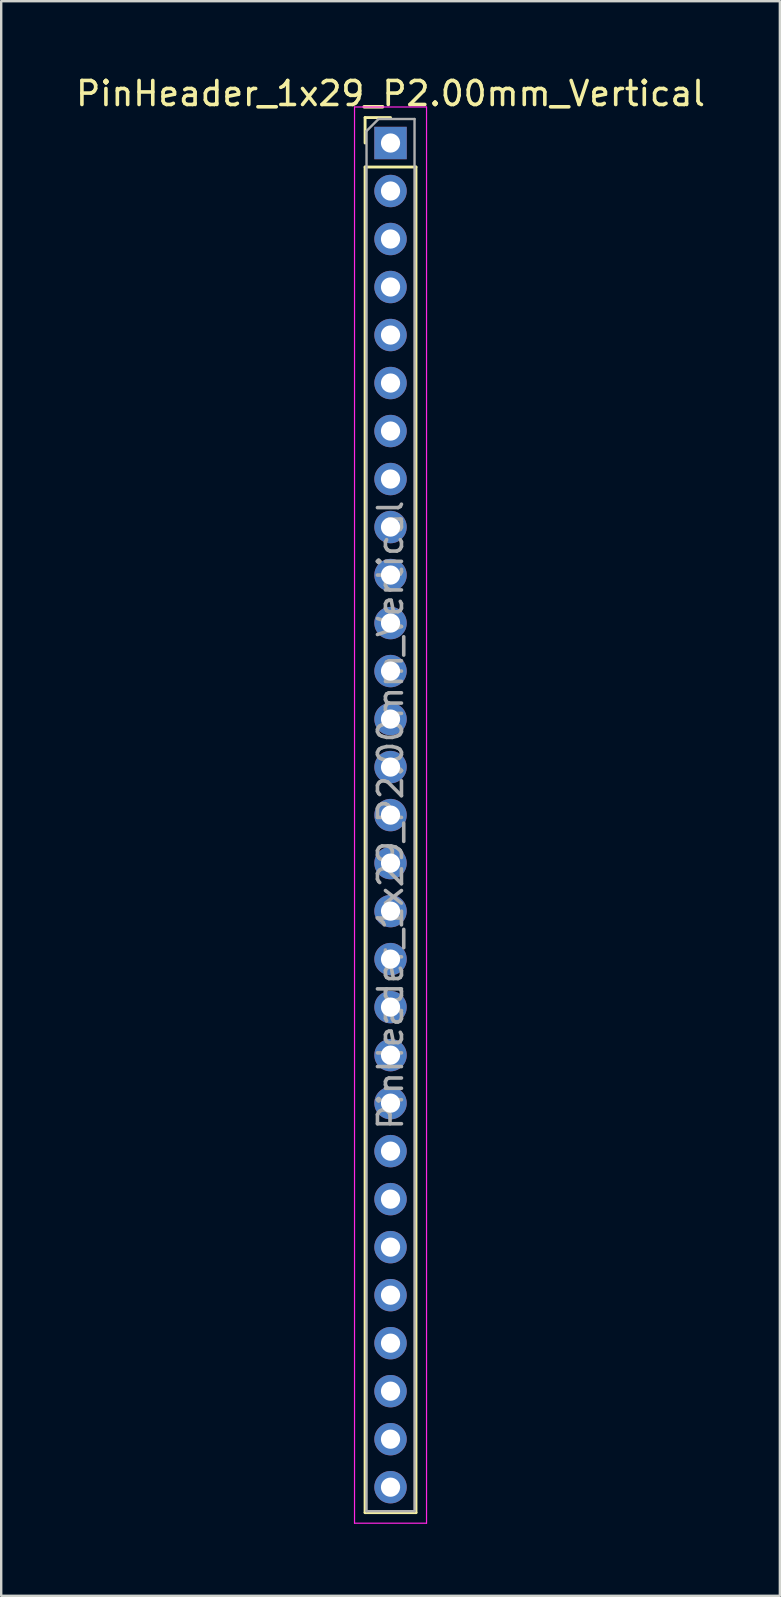
<source format=kicad_pcb>
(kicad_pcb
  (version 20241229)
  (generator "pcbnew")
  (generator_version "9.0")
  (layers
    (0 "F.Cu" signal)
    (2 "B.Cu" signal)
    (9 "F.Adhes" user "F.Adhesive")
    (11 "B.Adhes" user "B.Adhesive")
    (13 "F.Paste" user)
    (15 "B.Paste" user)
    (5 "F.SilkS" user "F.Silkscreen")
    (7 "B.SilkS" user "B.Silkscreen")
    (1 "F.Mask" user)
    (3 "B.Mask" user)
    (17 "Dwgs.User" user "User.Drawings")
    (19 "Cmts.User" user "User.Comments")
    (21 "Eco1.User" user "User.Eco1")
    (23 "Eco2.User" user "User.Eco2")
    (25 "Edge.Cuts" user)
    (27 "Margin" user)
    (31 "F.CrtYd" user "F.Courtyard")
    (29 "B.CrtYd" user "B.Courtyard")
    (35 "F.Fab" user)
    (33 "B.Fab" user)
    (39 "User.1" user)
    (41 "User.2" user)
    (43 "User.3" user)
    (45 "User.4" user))
  (footprint "PinHeader_1x29_P2.00mm_Vertical"
    (layer "F.Cu")
    (at 13.22 2.908)
    (property "Reference" "PinHeader_1x29_P2.00mm_Vertical" (at 0 -2.06 0) (layer "F.SilkS") (effects (font (size 1 1) (thickness 0.15))))
    (attr through_hole)
    (fp_line (start -1.06 -1.06) (end 0 -1.06) (stroke (width 0.12) (type solid)) (layer "F.SilkS"))
    (fp_line (start -1.06 0) (end -1.06 -1.06) (stroke (width 0.12) (type solid)) (layer "F.SilkS"))
    (fp_line (start -1.06 1) (end -1.06 57.06) (stroke (width 0.12) (type solid)) (layer "F.SilkS"))
    (fp_line (start -1.06 1) (end 1.06 1) (stroke (width 0.12) (type solid)) (layer "F.SilkS"))
    (fp_line (start -1.06 57.06) (end 1.06 57.06) (stroke (width 0.12) (type solid)) (layer "F.SilkS"))
    (fp_line (start 1.06 1) (end 1.06 57.06) (stroke (width 0.12) (type solid)) (layer "F.SilkS"))
    (fp_line (start -1.5 -1.5) (end -1.5 57.5) (stroke (width 0.05) (type solid)) (layer "F.CrtYd"))
    (fp_line (start -1.5 57.5) (end 1.5 57.5) (stroke (width 0.05) (type solid)) (layer "F.CrtYd"))
    (fp_line (start 1.5 -1.5) (end -1.5 -1.5) (stroke (width 0.05) (type solid)) (layer "F.CrtYd"))
    (fp_line (start 1.5 57.5) (end 1.5 -1.5) (stroke (width 0.05) (type solid)) (layer "F.CrtYd"))
    (fp_line (start -1 -0.5) (end -0.5 -1) (stroke (width 0.1) (type solid)) (layer "F.Fab"))
    (fp_line (start -1 57) (end -1 -0.5) (stroke (width 0.1) (type solid)) (layer "F.Fab"))
    (fp_line (start -0.5 -1) (end 1 -1) (stroke (width 0.1) (type solid)) (layer "F.Fab"))
    (fp_line (start 1 -1) (end 1 57) (stroke (width 0.1) (type solid)) (layer "F.Fab"))
    (fp_line (start 1 57) (end -1 57) (stroke (width 0.1) (type solid)) (layer "F.Fab"))
    (fp_text user "${REFERENCE}" (at 0 28 90) (layer "F.Fab") (effects (font (size 1 1) (thickness 0.15))))
    (pad "1" thru_hole rect (at 0 0) (size 1.35 1.35) (drill 0.8) (layers "*.Cu" "*.Mask"))
    (pad "2" thru_hole oval (at 0 2) (size 1.35 1.35) (drill 0.8) (layers "*.Cu" "*.Mask"))
    (pad "3" thru_hole oval (at 0 4) (size 1.35 1.35) (drill 0.8) (layers "*.Cu" "*.Mask"))
    (pad "4" thru_hole oval (at 0 6) (size 1.35 1.35) (drill 0.8) (layers "*.Cu" "*.Mask"))
    (pad "5" thru_hole oval (at 0 8) (size 1.35 1.35) (drill 0.8) (layers "*.Cu" "*.Mask"))
    (pad "6" thru_hole oval (at 0 10) (size 1.35 1.35) (drill 0.8) (layers "*.Cu" "*.Mask"))
    (pad "7" thru_hole oval (at 0 12) (size 1.35 1.35) (drill 0.8) (layers "*.Cu" "*.Mask"))
    (pad "8" thru_hole oval (at 0 14) (size 1.35 1.35) (drill 0.8) (layers "*.Cu" "*.Mask"))
    (pad "9" thru_hole oval (at 0 16) (size 1.35 1.35) (drill 0.8) (layers "*.Cu" "*.Mask"))
    (pad "10" thru_hole oval (at 0 18) (size 1.35 1.35) (drill 0.8) (layers "*.Cu" "*.Mask"))
    (pad "11" thru_hole oval (at 0 20) (size 1.35 1.35) (drill 0.8) (layers "*.Cu" "*.Mask"))
    (pad "12" thru_hole oval (at 0 22) (size 1.35 1.35) (drill 0.8) (layers "*.Cu" "*.Mask"))
    (pad "13" thru_hole oval (at 0 24) (size 1.35 1.35) (drill 0.8) (layers "*.Cu" "*.Mask"))
    (pad "14" thru_hole oval (at 0 26) (size 1.35 1.35) (drill 0.8) (layers "*.Cu" "*.Mask"))
    (pad "15" thru_hole oval (at 0 28) (size 1.35 1.35) (drill 0.8) (layers "*.Cu" "*.Mask"))
    (pad "16" thru_hole oval (at 0 30) (size 1.35 1.35) (drill 0.8) (layers "*.Cu" "*.Mask"))
    (pad "17" thru_hole oval (at 0 32) (size 1.35 1.35) (drill 0.8) (layers "*.Cu" "*.Mask"))
    (pad "18" thru_hole oval (at 0 34) (size 1.35 1.35) (drill 0.8) (layers "*.Cu" "*.Mask"))
    (pad "19" thru_hole oval (at 0 36) (size 1.35 1.35) (drill 0.8) (layers "*.Cu" "*.Mask"))
    (pad "20" thru_hole oval (at 0 38) (size 1.35 1.35) (drill 0.8) (layers "*.Cu" "*.Mask"))
    (pad "21" thru_hole oval (at 0 40) (size 1.35 1.35) (drill 0.8) (layers "*.Cu" "*.Mask"))
    (pad "22" thru_hole oval (at 0 42) (size 1.35 1.35) (drill 0.8) (layers "*.Cu" "*.Mask"))
    (pad "23" thru_hole oval (at 0 44) (size 1.35 1.35) (drill 0.8) (layers "*.Cu" "*.Mask"))
    (pad "24" thru_hole oval (at 0 46) (size 1.35 1.35) (drill 0.8) (layers "*.Cu" "*.Mask"))
    (pad "25" thru_hole oval (at 0 48) (size 1.35 1.35) (drill 0.8) (layers "*.Cu" "*.Mask"))
    (pad "26" thru_hole oval (at 0 50) (size 1.35 1.35) (drill 0.8) (layers "*.Cu" "*.Mask"))
    (pad "27" thru_hole oval (at 0 52) (size 1.35 1.35) (drill 0.8) (layers "*.Cu" "*.Mask"))
    (pad "28" thru_hole oval (at 0 54) (size 1.35 1.35) (drill 0.8) (layers "*.Cu" "*.Mask"))
    (pad "29" thru_hole oval (at 0 56) (size 1.35 1.35) (drill 0.8) (layers "*.Cu" "*.Mask")))
  (gr_rect
    (start -3 -3)
    (end 29.44 63.433)
    (stroke (width 0.1) (type default))
    (fill no)
    (layer "Edge.Cuts")))
</source>
